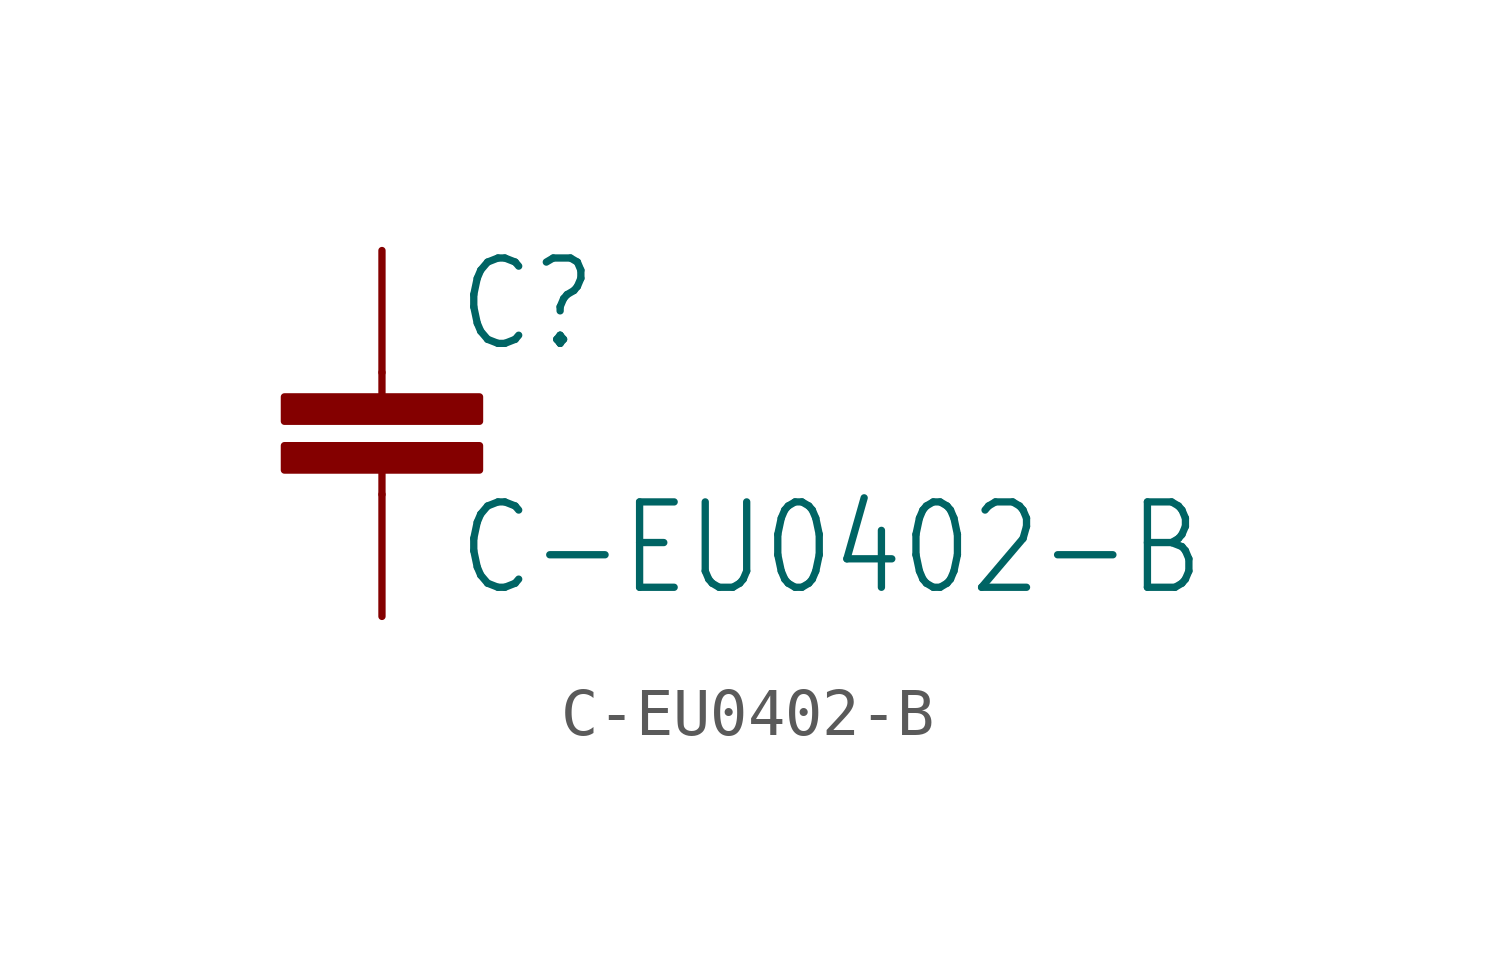
<source format=kicad_sym>
(kicad_symbol_lib
  (version 20210619)
  (generator kicad_symbol_editor)
  (symbol "C-EU0402-B"
    (property "Reference" "C"
      (at 1.524 0.381 0)
      (effects (font (size 1.778 1.511)) (justify left bottom)))
    (property "Value" "C-EU0402-B"
      (at 1.524 -4.699 0)
      (effects (font (size 1.778 1.511)) (justify left bottom)))
    (property "ki_locked" ""
      (at 0 0 0)
      (effects (font (size 1.27 1.27))))
    (symbol "C-EU0402-B_1_0"
      (rectangle (start -2.032 -2.032) (end 2.032 -1.524) (stroke (width 0)) (fill (type outline)))
      (rectangle (start -2.032 -1.016) (end 2.032 -0.508) (stroke (width 0)) (fill (type outline)))
      (polyline (pts (xy 0 -2.54) (xy 0 -2.032)) (stroke (width 0.152)) (fill (type none)))
      (polyline (pts (xy 0 0) (xy 0 -0.508)) (stroke (width 0.152)) (fill (type none)))
      (pin passive line (at 0 2.54 270) (length 2.54) (name "1" (effects (font (size 0 0)))) (number "1" (effects (font (size 0 0)))))
      (pin passive line (at 0 -5.08 90) (length 2.54) (name "2" (effects (font (size 0 0)))) (number "2" (effects (font (size 0 0))))))))
</source>
